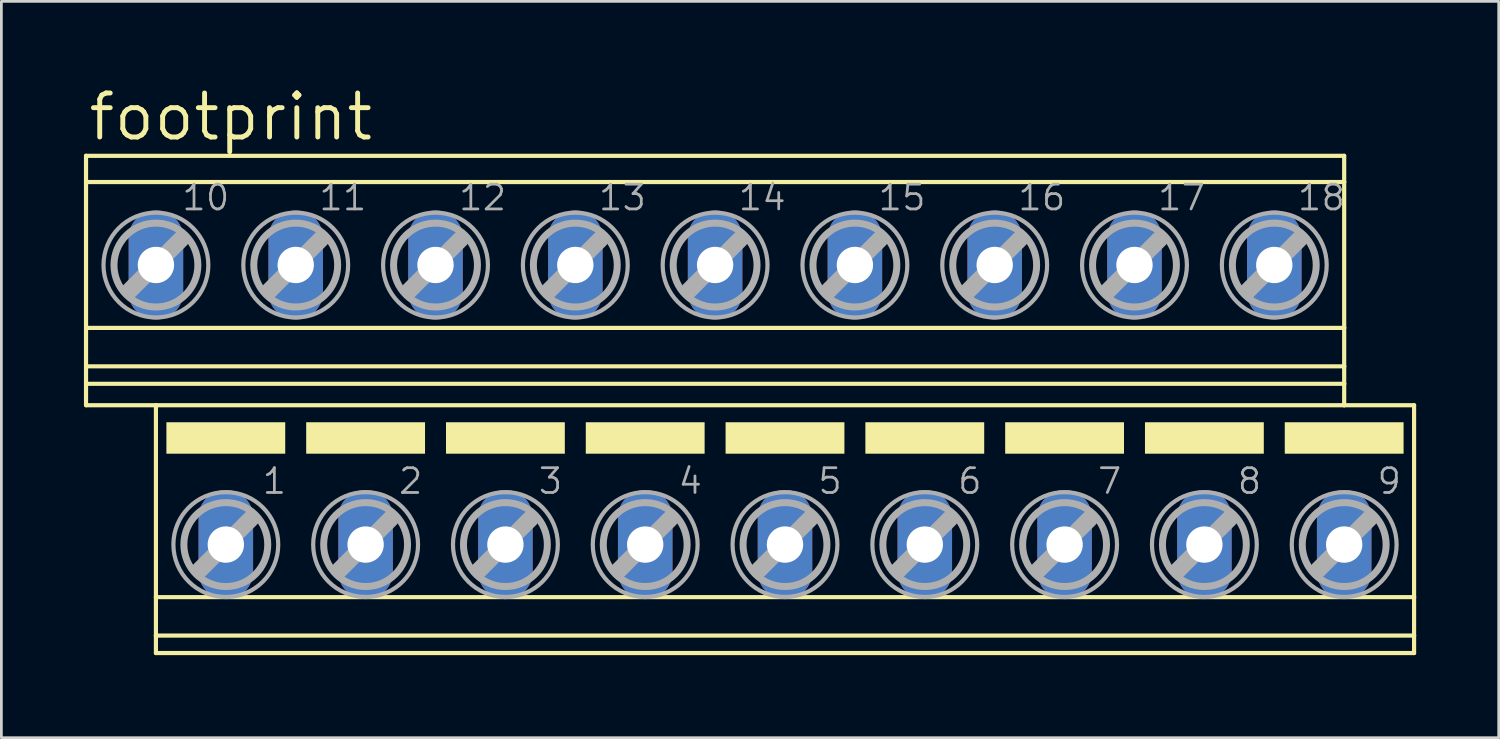
<source format=kicad_pcb>
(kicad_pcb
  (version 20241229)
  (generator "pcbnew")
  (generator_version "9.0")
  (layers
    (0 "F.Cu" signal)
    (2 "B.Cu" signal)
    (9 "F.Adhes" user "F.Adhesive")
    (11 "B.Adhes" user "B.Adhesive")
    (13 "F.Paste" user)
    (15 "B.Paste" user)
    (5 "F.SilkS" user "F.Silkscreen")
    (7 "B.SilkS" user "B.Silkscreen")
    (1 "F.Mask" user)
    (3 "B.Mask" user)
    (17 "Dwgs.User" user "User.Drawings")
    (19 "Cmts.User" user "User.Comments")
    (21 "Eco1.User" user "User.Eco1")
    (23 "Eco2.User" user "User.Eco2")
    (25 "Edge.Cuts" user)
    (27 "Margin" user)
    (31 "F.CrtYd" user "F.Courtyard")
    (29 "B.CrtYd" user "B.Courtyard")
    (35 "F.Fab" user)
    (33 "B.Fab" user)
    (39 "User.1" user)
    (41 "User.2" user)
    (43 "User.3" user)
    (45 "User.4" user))
  (footprint "footprint"
    (layer "F.Cu")
    (at 24.206 11.659)
    (property "Reference" "footprint" (at -24.13 -9.525 0) (layer "F.SilkS") (effects (font (size 1.6 1.6) (thickness 0.178)) (justify left bottom)))
    (fp_line (start -24.13 -9.047) (end -24.13 -8.094) (stroke (width 0.152) (type solid)) (layer "F.SilkS"))
    (fp_line (start -24.13 -9.047) (end 21.59 -9.047) (stroke (width 0.152) (type solid)) (layer "F.SilkS"))
    (fp_line (start -24.13 -8.094) (end -24.13 -2.794) (stroke (width 0.152) (type solid)) (layer "F.SilkS"))
    (fp_line (start -24.13 -8.094) (end 21.59 -8.094) (stroke (width 0.152) (type solid)) (layer "F.SilkS"))
    (fp_line (start -24.13 -2.794) (end -24.13 -1.397) (stroke (width 0.152) (type solid)) (layer "F.SilkS"))
    (fp_line (start -24.13 -2.794) (end 21.59 -2.794) (stroke (width 0.152) (type solid)) (layer "F.SilkS"))
    (fp_line (start -24.13 -1.397) (end -24.13 -0.762) (stroke (width 0.152) (type solid)) (layer "F.SilkS"))
    (fp_line (start -24.13 -1.397) (end 21.59 -1.397) (stroke (width 0.152) (type solid)) (layer "F.SilkS"))
    (fp_line (start -24.13 -0.762) (end -24.13 0.016) (stroke (width 0.152) (type solid)) (layer "F.SilkS"))
    (fp_line (start -24.13 -0.762) (end 21.59 -0.762) (stroke (width 0.152) (type solid)) (layer "F.SilkS"))
    (fp_line (start -24.13 0.016) (end -21.59 0.016) (stroke (width 0.152) (type solid)) (layer "F.SilkS"))
    (fp_line (start -21.59 0.016) (end -21.59 6.99) (stroke (width 0.152) (type solid)) (layer "F.SilkS"))
    (fp_line (start -21.59 0.016) (end 21.59 0.016) (stroke (width 0.152) (type solid)) (layer "F.SilkS"))
    (fp_line (start -21.59 6.99) (end -21.59 8.387) (stroke (width 0.152) (type solid)) (layer "F.SilkS"))
    (fp_line (start -21.59 6.99) (end 24.13 6.99) (stroke (width 0.152) (type solid)) (layer "F.SilkS"))
    (fp_line (start -21.59 8.387) (end -21.59 9.022) (stroke (width 0.152) (type solid)) (layer "F.SilkS"))
    (fp_line (start -21.59 8.387) (end 24.13 8.387) (stroke (width 0.152) (type solid)) (layer "F.SilkS"))
    (fp_line (start -21.59 9.022) (end 24.13 9.022) (stroke (width 0.152) (type solid)) (layer "F.SilkS"))
    (fp_line (start 21.59 -9.047) (end 21.59 -8.094) (stroke (width 0.152) (type solid)) (layer "F.SilkS"))
    (fp_line (start 21.59 -8.094) (end 21.59 -2.794) (stroke (width 0.152) (type solid)) (layer "F.SilkS"))
    (fp_line (start 21.59 -2.794) (end 21.59 -1.397) (stroke (width 0.152) (type solid)) (layer "F.SilkS"))
    (fp_line (start 21.59 -1.397) (end 21.59 -0.762) (stroke (width 0.152) (type solid)) (layer "F.SilkS"))
    (fp_line (start 21.59 -0.762) (end 21.59 0.016) (stroke (width 0.152) (type solid)) (layer "F.SilkS"))
    (fp_line (start 24.13 0.016) (end 21.59 0.016) (stroke (width 0.152) (type solid)) (layer "F.SilkS"))
    (fp_line (start 24.13 0.016) (end 24.13 6.99) (stroke (width 0.152) (type solid)) (layer "F.SilkS"))
    (fp_line (start 24.13 6.99) (end 24.13 8.387) (stroke (width 0.152) (type solid)) (layer "F.SilkS"))
    (fp_line (start 24.13 8.387) (end 24.13 9.022) (stroke (width 0.152) (type solid)) (layer "F.SilkS"))
    (fp_poly (pts (xy -21.209 1.778) (xy -16.891 1.778) (xy -16.891 0.635) (xy -21.209 0.635)) (stroke (width 0) (type solid)) (fill yes) (layer "F.SilkS"))
    (fp_poly (pts (xy -16.129 1.778) (xy -11.811 1.778) (xy -11.811 0.635) (xy -16.129 0.635)) (stroke (width 0) (type solid)) (fill yes) (layer "F.SilkS"))
    (fp_poly (pts (xy -11.049 1.778) (xy -6.731 1.778) (xy -6.731 0.635) (xy -11.049 0.635)) (stroke (width 0) (type solid)) (fill yes) (layer "F.SilkS"))
    (fp_poly (pts (xy -5.969 1.778) (xy -1.651 1.778) (xy -1.651 0.635) (xy -5.969 0.635)) (stroke (width 0) (type solid)) (fill yes) (layer "F.SilkS"))
    (fp_poly (pts (xy -0.889 1.778) (xy 3.429 1.778) (xy 3.429 0.635) (xy -0.889 0.635)) (stroke (width 0) (type solid)) (fill yes) (layer "F.SilkS"))
    (fp_poly (pts (xy 4.191 1.778) (xy 8.509 1.778) (xy 8.509 0.635) (xy 4.191 0.635)) (stroke (width 0) (type solid)) (fill yes) (layer "F.SilkS"))
    (fp_poly (pts (xy 9.271 1.778) (xy 13.589 1.778) (xy 13.589 0.635) (xy 9.271 0.635)) (stroke (width 0) (type solid)) (fill yes) (layer "F.SilkS"))
    (fp_poly (pts (xy 14.351 1.778) (xy 18.669 1.778) (xy 18.669 0.635) (xy 14.351 0.635)) (stroke (width 0) (type solid)) (fill yes) (layer "F.SilkS"))
    (fp_poly (pts (xy 19.431 1.778) (xy 23.749 1.778) (xy 23.749 0.635) (xy 19.431 0.635)) (stroke (width 0) (type solid)) (fill yes) (layer "F.SilkS"))
    (fp_line (start -22.53 -4.163) (end -20.676 -6.017) (stroke (width 0.61) (type solid)) (layer "F.Fab"))
    (fp_line (start -19.99 5.994) (end -18.136 4.14) (stroke (width 0.61) (type solid)) (layer "F.Fab"))
    (fp_line (start -17.45 -4.163) (end -15.596 -6.017) (stroke (width 0.61) (type solid)) (layer "F.Fab"))
    (fp_line (start -14.91 5.994) (end -13.056 4.14) (stroke (width 0.61) (type solid)) (layer "F.Fab"))
    (fp_line (start -12.37 -4.163) (end -10.516 -6.017) (stroke (width 0.61) (type solid)) (layer "F.Fab"))
    (fp_line (start -9.83 5.994) (end -7.976 4.14) (stroke (width 0.61) (type solid)) (layer "F.Fab"))
    (fp_line (start -7.29 -4.163) (end -5.436 -6.017) (stroke (width 0.61) (type solid)) (layer "F.Fab"))
    (fp_line (start -4.75 5.994) (end -2.896 4.14) (stroke (width 0.61) (type solid)) (layer "F.Fab"))
    (fp_line (start -2.21 -4.163) (end -0.356 -6.017) (stroke (width 0.61) (type solid)) (layer "F.Fab"))
    (fp_line (start 0.33 5.994) (end 2.184 4.14) (stroke (width 0.61) (type solid)) (layer "F.Fab"))
    (fp_line (start 2.87 -4.163) (end 4.724 -6.017) (stroke (width 0.61) (type solid)) (layer "F.Fab"))
    (fp_line (start 5.41 5.994) (end 7.264 4.14) (stroke (width 0.61) (type solid)) (layer "F.Fab"))
    (fp_line (start 7.95 -4.163) (end 9.804 -6.017) (stroke (width 0.61) (type solid)) (layer "F.Fab"))
    (fp_line (start 10.49 5.994) (end 12.344 4.14) (stroke (width 0.61) (type solid)) (layer "F.Fab"))
    (fp_line (start 13.03 -4.163) (end 14.884 -6.017) (stroke (width 0.61) (type solid)) (layer "F.Fab"))
    (fp_line (start 15.57 5.994) (end 17.424 4.14) (stroke (width 0.61) (type solid)) (layer "F.Fab"))
    (fp_line (start 18.11 -4.163) (end 19.964 -6.017) (stroke (width 0.61) (type solid)) (layer "F.Fab"))
    (fp_line (start 20.65 5.994) (end 22.504 4.14) (stroke (width 0.61) (type solid)) (layer "F.Fab"))
    (fp_circle (center -21.59 -5.077) (end -20.066 -5.077) (stroke (width 0.254) (type solid)) (fill no) (layer "F.Fab"))
    (fp_circle (center -21.59 -5.077) (end -19.685 -5.077) (stroke (width 0.152) (type solid)) (fill no) (layer "F.Fab"))
    (fp_circle (center -19.05 5.08) (end -17.526 5.08) (stroke (width 0.254) (type solid)) (fill no) (layer "F.Fab"))
    (fp_circle (center -19.05 5.08) (end -17.145 5.08) (stroke (width 0.152) (type solid)) (fill no) (layer "F.Fab"))
    (fp_circle (center -16.51 -5.077) (end -14.986 -5.077) (stroke (width 0.254) (type solid)) (fill no) (layer "F.Fab"))
    (fp_circle (center -16.51 -5.077) (end -14.605 -5.077) (stroke (width 0.152) (type solid)) (fill no) (layer "F.Fab"))
    (fp_circle (center -13.97 5.08) (end -12.446 5.08) (stroke (width 0.254) (type solid)) (fill no) (layer "F.Fab"))
    (fp_circle (center -13.97 5.08) (end -12.065 5.08) (stroke (width 0.152) (type solid)) (fill no) (layer "F.Fab"))
    (fp_circle (center -11.43 -5.077) (end -9.906 -5.077) (stroke (width 0.254) (type solid)) (fill no) (layer "F.Fab"))
    (fp_circle (center -11.43 -5.077) (end -9.525 -5.077) (stroke (width 0.152) (type solid)) (fill no) (layer "F.Fab"))
    (fp_circle (center -8.89 5.08) (end -7.366 5.08) (stroke (width 0.254) (type solid)) (fill no) (layer "F.Fab"))
    (fp_circle (center -8.89 5.08) (end -6.985 5.08) (stroke (width 0.152) (type solid)) (fill no) (layer "F.Fab"))
    (fp_circle (center -6.35 -5.077) (end -4.826 -5.077) (stroke (width 0.254) (type solid)) (fill no) (layer "F.Fab"))
    (fp_circle (center -6.35 -5.077) (end -4.445 -5.077) (stroke (width 0.152) (type solid)) (fill no) (layer "F.Fab"))
    (fp_circle (center -3.81 5.08) (end -2.286 5.08) (stroke (width 0.254) (type solid)) (fill no) (layer "F.Fab"))
    (fp_circle (center -3.81 5.08) (end -1.905 5.08) (stroke (width 0.152) (type solid)) (fill no) (layer "F.Fab"))
    (fp_circle (center -1.27 -5.077) (end 0.254 -5.077) (stroke (width 0.254) (type solid)) (fill no) (layer "F.Fab"))
    (fp_circle (center -1.27 -5.077) (end 0.635 -5.077) (stroke (width 0.152) (type solid)) (fill no) (layer "F.Fab"))
    (fp_circle (center 1.27 5.08) (end 2.794 5.08) (stroke (width 0.254) (type solid)) (fill no) (layer "F.Fab"))
    (fp_circle (center 1.27 5.08) (end 3.175 5.08) (stroke (width 0.152) (type solid)) (fill no) (layer "F.Fab"))
    (fp_circle (center 3.81 -5.077) (end 5.334 -5.077) (stroke (width 0.254) (type solid)) (fill no) (layer "F.Fab"))
    (fp_circle (center 3.81 -5.077) (end 5.715 -5.077) (stroke (width 0.152) (type solid)) (fill no) (layer "F.Fab"))
    (fp_circle (center 6.35 5.08) (end 7.874 5.08) (stroke (width 0.254) (type solid)) (fill no) (layer "F.Fab"))
    (fp_circle (center 6.35 5.08) (end 8.255 5.08) (stroke (width 0.152) (type solid)) (fill no) (layer "F.Fab"))
    (fp_circle (center 8.89 -5.077) (end 10.414 -5.077) (stroke (width 0.254) (type solid)) (fill no) (layer "F.Fab"))
    (fp_circle (center 8.89 -5.077) (end 10.795 -5.077) (stroke (width 0.152) (type solid)) (fill no) (layer "F.Fab"))
    (fp_circle (center 11.43 5.08) (end 12.954 5.08) (stroke (width 0.254) (type solid)) (fill no) (layer "F.Fab"))
    (fp_circle (center 11.43 5.08) (end 13.335 5.08) (stroke (width 0.152) (type solid)) (fill no) (layer "F.Fab"))
    (fp_circle (center 13.97 -5.077) (end 15.494 -5.077) (stroke (width 0.254) (type solid)) (fill no) (layer "F.Fab"))
    (fp_circle (center 13.97 -5.077) (end 15.875 -5.077) (stroke (width 0.152) (type solid)) (fill no) (layer "F.Fab"))
    (fp_circle (center 16.51 5.08) (end 18.034 5.08) (stroke (width 0.254) (type solid)) (fill no) (layer "F.Fab"))
    (fp_circle (center 16.51 5.08) (end 18.415 5.08) (stroke (width 0.152) (type solid)) (fill no) (layer "F.Fab"))
    (fp_circle (center 19.05 -5.077) (end 20.574 -5.077) (stroke (width 0.254) (type solid)) (fill no) (layer "F.Fab"))
    (fp_circle (center 19.05 -5.077) (end 20.955 -5.077) (stroke (width 0.152) (type solid)) (fill no) (layer "F.Fab"))
    (fp_circle (center 21.59 5.08) (end 23.114 5.08) (stroke (width 0.254) (type solid)) (fill no) (layer "F.Fab"))
    (fp_circle (center 21.59 5.08) (end 23.495 5.08) (stroke (width 0.152) (type solid)) (fill no) (layer "F.Fab"))
    (fp_text user "7" (at 12.573 3.302 0) (layer "F.Fab") (effects (font (size 0.9 0.9) (thickness 0.1)) (justify left bottom)))
    (fp_text user "11" (at -15.721 -7.001 0) (layer "F.Fab") (effects (font (size 0.9 0.9) (thickness 0.1)) (justify left bottom)))
    (fp_text user "3" (at -7.747 3.302 0) (layer "F.Fab") (effects (font (size 0.9 0.9) (thickness 0.1)) (justify left bottom)))
    (fp_text user "17" (at 14.759 -7.001 0) (layer "F.Fab") (effects (font (size 0.9 0.9) (thickness 0.1)) (justify left bottom)))
    (fp_text user "14" (at -0.481 -7.001 0) (layer "F.Fab") (effects (font (size 0.9 0.9) (thickness 0.1)) (justify left bottom)))
    (fp_text user "18" (at 19.839 -7.001 0) (layer "F.Fab") (effects (font (size 0.9 0.9) (thickness 0.1)) (justify left bottom)))
    (fp_text user "8" (at 17.653 3.302 0) (layer "F.Fab") (effects (font (size 0.9 0.9) (thickness 0.1)) (justify left bottom)))
    (fp_text user "10" (at -20.701 -7.001 0) (layer "F.Fab") (effects (font (size 0.9 0.9) (thickness 0.1)) (justify left bottom)))
    (fp_text user "9" (at 22.733 3.302 0) (layer "F.Fab") (effects (font (size 0.9 0.9) (thickness 0.1)) (justify left bottom)))
    (fp_text user "2" (at -12.827 3.302 0) (layer "F.Fab") (effects (font (size 0.9 0.9) (thickness 0.1)) (justify left bottom)))
    (fp_text user "15" (at 4.599 -7.001 0) (layer "F.Fab") (effects (font (size 0.9 0.9) (thickness 0.1)) (justify left bottom)))
    (fp_text user "13" (at -5.561 -7.001 0) (layer "F.Fab") (effects (font (size 0.9 0.9) (thickness 0.1)) (justify left bottom)))
    (fp_text user "6" (at 7.493 3.302 0) (layer "F.Fab") (effects (font (size 0.9 0.9) (thickness 0.1)) (justify left bottom)))
    (fp_text user "16" (at 9.679 -7.001 0) (layer "F.Fab") (effects (font (size 0.9 0.9) (thickness 0.1)) (justify left bottom)))
    (fp_text user "4" (at -2.667 3.302 0) (layer "F.Fab") (effects (font (size 0.9 0.9) (thickness 0.1)) (justify left bottom)))
    (fp_text user "5" (at 2.413 3.302 0) (layer "F.Fab") (effects (font (size 0.9 0.9) (thickness 0.1)) (justify left bottom)))
    (fp_text user "12" (at -10.641 -7.001 0) (layer "F.Fab") (effects (font (size 0.9 0.9) (thickness 0.1)) (justify left bottom)))
    (fp_text user "1" (at -17.78 3.302 0) (layer "F.Fab") (effects (font (size 0.9 0.9) (thickness 0.1)) (justify left bottom)))
    (pad "1" thru_hole oval (at -19.05 5.08 90) (size 3.962 1.981) (drill 1.321) (layers "*.Cu" "*.Mask"))
    (pad "2" thru_hole oval (at -13.97 5.08 90) (size 3.962 1.981) (drill 1.321) (layers "*.Cu" "*.Mask"))
    (pad "3" thru_hole oval (at -8.89 5.08 90) (size 3.962 1.981) (drill 1.321) (layers "*.Cu" "*.Mask"))
    (pad "4" thru_hole oval (at -3.81 5.08 90) (size 3.962 1.981) (drill 1.321) (layers "*.Cu" "*.Mask"))
    (pad "5" thru_hole oval (at 1.27 5.08 90) (size 3.962 1.981) (drill 1.321) (layers "*.Cu" "*.Mask"))
    (pad "6" thru_hole oval (at 6.35 5.08 90) (size 3.962 1.981) (drill 1.321) (layers "*.Cu" "*.Mask"))
    (pad "7" thru_hole oval (at 11.43 5.08 90) (size 3.962 1.981) (drill 1.321) (layers "*.Cu" "*.Mask"))
    (pad "8" thru_hole oval (at 16.51 5.08 90) (size 3.962 1.981) (drill 1.321) (layers "*.Cu" "*.Mask"))
    (pad "9" thru_hole oval (at 21.59 5.08 90) (size 3.962 1.981) (drill 1.321) (layers "*.Cu" "*.Mask"))
    (pad "10" thru_hole oval (at -21.59 -5.08 90) (size 3.962 1.981) (drill 1.321) (layers "*.Cu" "*.Mask"))
    (pad "11" thru_hole oval (at -16.51 -5.08 90) (size 3.962 1.981) (drill 1.321) (layers "*.Cu" "*.Mask"))
    (pad "12" thru_hole oval (at -11.43 -5.08 90) (size 3.962 1.981) (drill 1.321) (layers "*.Cu" "*.Mask"))
    (pad "13" thru_hole oval (at -6.35 -5.08 90) (size 3.962 1.981) (drill 1.321) (layers "*.Cu" "*.Mask"))
    (pad "14" thru_hole oval (at -1.27 -5.08 90) (size 3.962 1.981) (drill 1.321) (layers "*.Cu" "*.Mask"))
    (pad "15" thru_hole oval (at 3.81 -5.08 90) (size 3.962 1.981) (drill 1.321) (layers "*.Cu" "*.Mask"))
    (pad "16" thru_hole oval (at 8.89 -5.08 90) (size 3.962 1.981) (drill 1.321) (layers "*.Cu" "*.Mask"))
    (pad "17" thru_hole oval (at 13.97 -5.08 90) (size 3.962 1.981) (drill 1.321) (layers "*.Cu" "*.Mask"))
    (pad "18" thru_hole oval (at 19.05 -5.08 90) (size 3.962 1.981) (drill 1.321) (layers "*.Cu" "*.Mask")))
  (gr_rect
    (start -3 -3)
    (end 51.412 23.757)
    (stroke (width 0.1) (type default))
    (fill no)
    (layer "Edge.Cuts")))
</source>
